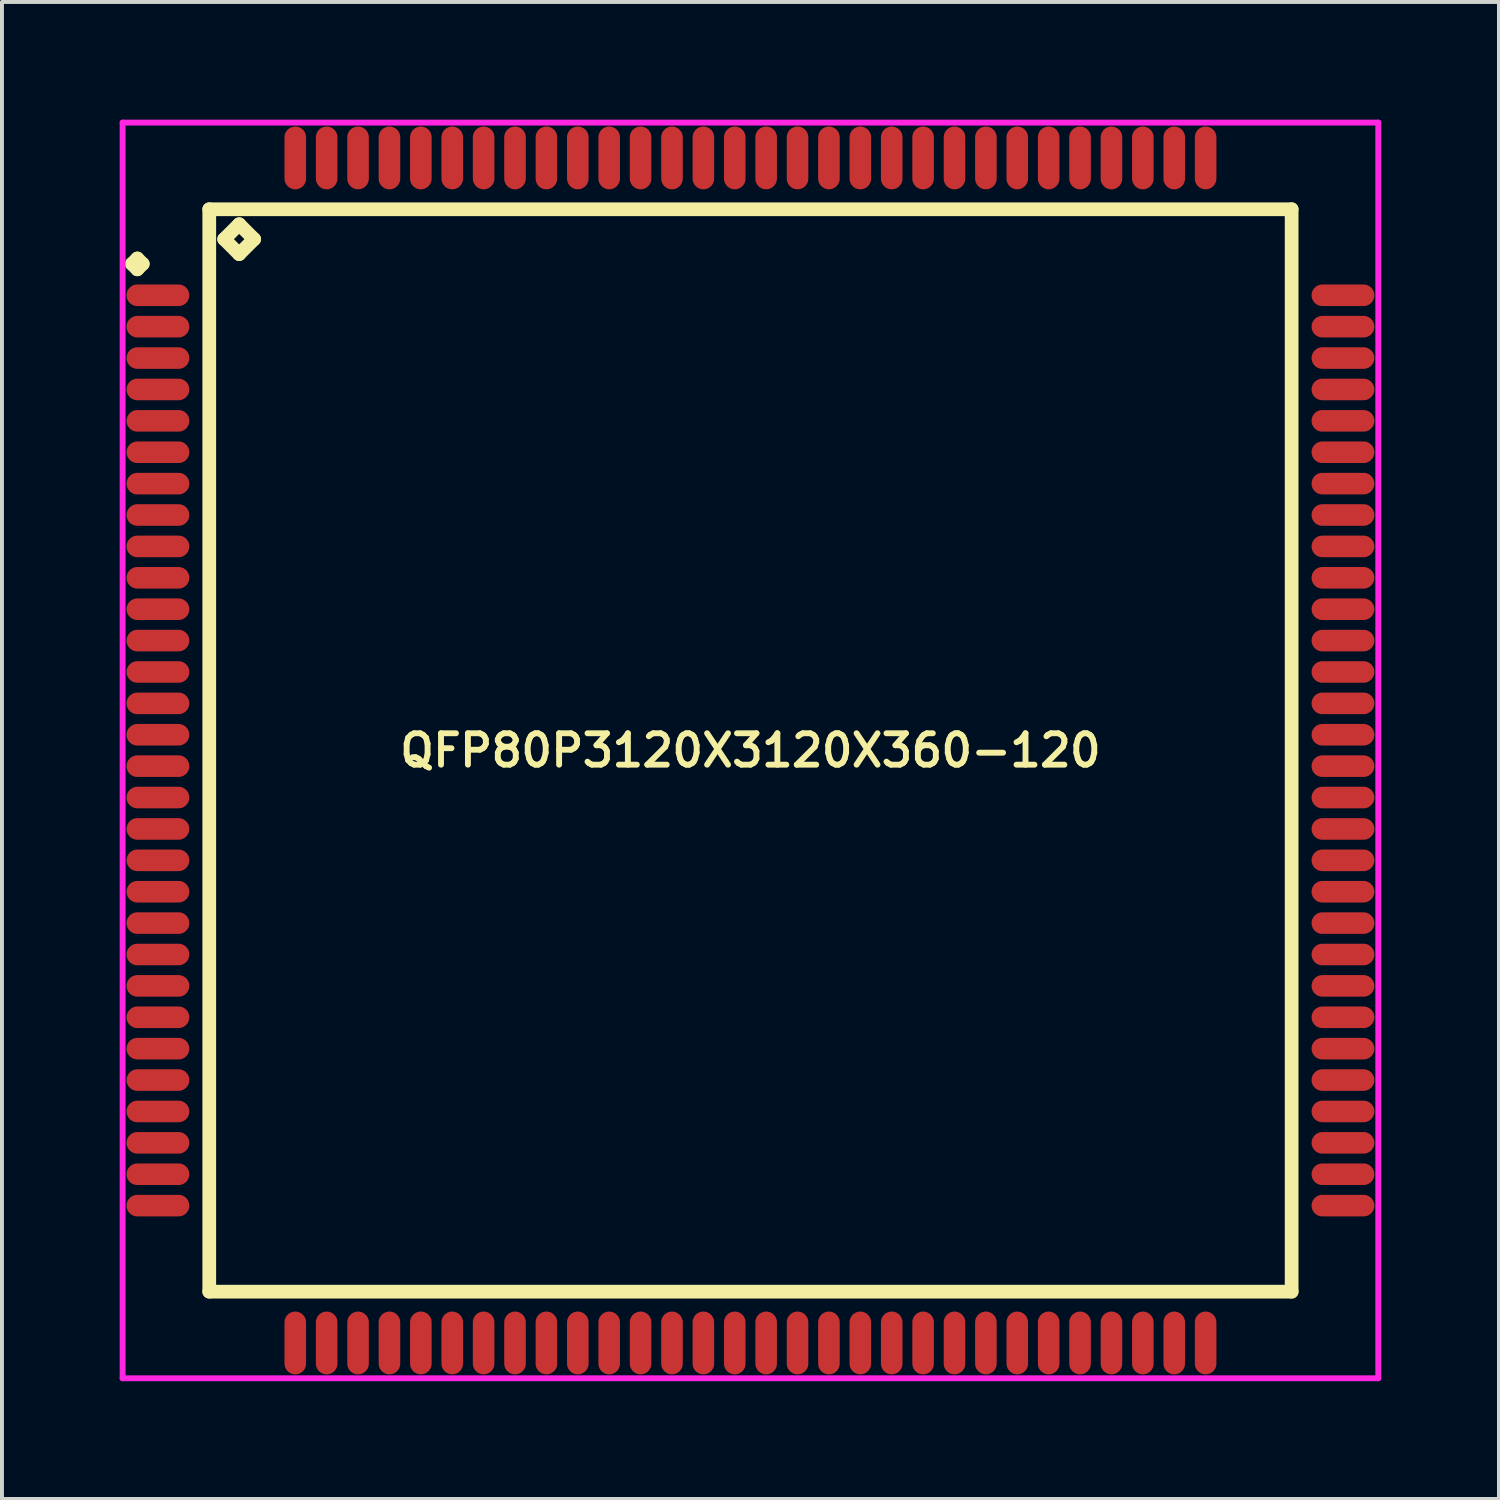
<source format=kicad_pcb>
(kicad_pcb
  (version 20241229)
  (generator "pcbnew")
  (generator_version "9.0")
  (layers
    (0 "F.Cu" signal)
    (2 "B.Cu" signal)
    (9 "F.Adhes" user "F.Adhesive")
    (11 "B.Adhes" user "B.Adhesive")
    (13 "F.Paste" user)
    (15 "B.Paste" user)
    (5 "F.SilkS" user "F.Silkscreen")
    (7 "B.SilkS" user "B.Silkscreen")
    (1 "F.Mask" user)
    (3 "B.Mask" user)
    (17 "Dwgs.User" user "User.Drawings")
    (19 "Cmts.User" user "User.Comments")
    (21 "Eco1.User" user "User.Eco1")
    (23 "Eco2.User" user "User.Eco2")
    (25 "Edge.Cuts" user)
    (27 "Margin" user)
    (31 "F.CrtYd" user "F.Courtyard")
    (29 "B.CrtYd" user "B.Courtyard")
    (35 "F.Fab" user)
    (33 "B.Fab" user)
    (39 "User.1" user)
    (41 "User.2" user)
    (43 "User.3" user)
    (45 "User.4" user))
  (footprint "QFP80P3120X3120X360-120"
    (layer "F.Cu")
    (at 16.075 16.075)
    (property "Reference" "QFP80P3120X3120X360-120" (at 0 0 0) (layer "F.SilkS") (effects (font (size 0.8 0.8) (thickness 0.15))))
    (attr smd)
    (fp_line (start -15.762 -12.4) (end -15.625 -12.537) (stroke (width 0.35) (type solid)) (layer "F.SilkS"))
    (fp_line (start -15.625 -12.537) (end -15.488 -12.4) (stroke (width 0.35) (type solid)) (layer "F.SilkS"))
    (fp_line (start -15.625 -12.262) (end -15.762 -12.4) (stroke (width 0.35) (type solid)) (layer "F.SilkS"))
    (fp_line (start -15.488 -12.4) (end -15.625 -12.262) (stroke (width 0.35) (type solid)) (layer "F.SilkS"))
    (fp_line (start -13.792 -13.792) (end -13.792 13.792) (stroke (width 0.35) (type solid)) (layer "F.SilkS"))
    (fp_line (start -13.792 13.792) (end 13.792 13.792) (stroke (width 0.35) (type solid)) (layer "F.SilkS"))
    (fp_line (start -13.411 -13.03) (end -13.03 -13.411) (stroke (width 0.35) (type solid)) (layer "F.SilkS"))
    (fp_line (start -13.03 -13.411) (end -12.649 -13.03) (stroke (width 0.35) (type solid)) (layer "F.SilkS"))
    (fp_line (start -13.03 -12.649) (end -13.411 -13.03) (stroke (width 0.35) (type solid)) (layer "F.SilkS"))
    (fp_line (start -12.649 -13.03) (end -13.03 -12.649) (stroke (width 0.35) (type solid)) (layer "F.SilkS"))
    (fp_line (start 13.792 -13.792) (end -13.792 -13.792) (stroke (width 0.35) (type solid)) (layer "F.SilkS"))
    (fp_line (start 13.792 13.792) (end 13.792 -13.792) (stroke (width 0.35) (type solid)) (layer "F.SilkS"))
    (fp_line (start -16 -16) (end 16 -16) (stroke (width 0.15) (type solid)) (layer "F.CrtYd"))
    (fp_line (start -16 16) (end -16 -16) (stroke (width 0.15) (type solid)) (layer "F.CrtYd"))
    (fp_line (start 16 -16) (end 16 16) (stroke (width 0.15) (type solid)) (layer "F.CrtYd"))
    (fp_line (start 16 16) (end -16 16) (stroke (width 0.15) (type solid)) (layer "F.CrtYd"))
    (pad "1" smd oval (at -15.1 -11.6) (size 1.6 0.55) (layers "F.Cu" "F.Mask" "F.Paste"))
    (pad "2" smd oval (at -15.1 -10.8) (size 1.6 0.55) (layers "F.Cu" "F.Mask" "F.Paste"))
    (pad "3" smd oval (at -15.1 -10) (size 1.6 0.55) (layers "F.Cu" "F.Mask" "F.Paste"))
    (pad "4" smd oval (at -15.1 -9.2) (size 1.6 0.55) (layers "F.Cu" "F.Mask" "F.Paste"))
    (pad "5" smd oval (at -15.1 -8.4) (size 1.6 0.55) (layers "F.Cu" "F.Mask" "F.Paste"))
    (pad "6" smd oval (at -15.1 -7.6) (size 1.6 0.55) (layers "F.Cu" "F.Mask" "F.Paste"))
    (pad "7" smd oval (at -15.1 -6.8) (size 1.6 0.55) (layers "F.Cu" "F.Mask" "F.Paste"))
    (pad "8" smd oval (at -15.1 -6) (size 1.6 0.55) (layers "F.Cu" "F.Mask" "F.Paste"))
    (pad "9" smd oval (at -15.1 -5.2) (size 1.6 0.55) (layers "F.Cu" "F.Mask" "F.Paste"))
    (pad "10" smd oval (at -15.1 -4.4) (size 1.6 0.55) (layers "F.Cu" "F.Mask" "F.Paste"))
    (pad "11" smd oval (at -15.1 -3.6) (size 1.6 0.55) (layers "F.Cu" "F.Mask" "F.Paste"))
    (pad "12" smd oval (at -15.1 -2.8) (size 1.6 0.55) (layers "F.Cu" "F.Mask" "F.Paste"))
    (pad "13" smd oval (at -15.1 -2) (size 1.6 0.55) (layers "F.Cu" "F.Mask" "F.Paste"))
    (pad "14" smd oval (at -15.1 -1.2) (size 1.6 0.55) (layers "F.Cu" "F.Mask" "F.Paste"))
    (pad "15" smd oval (at -15.1 -0.4) (size 1.6 0.55) (layers "F.Cu" "F.Mask" "F.Paste"))
    (pad "16" smd oval (at -15.1 0.4) (size 1.6 0.55) (layers "F.Cu" "F.Mask" "F.Paste"))
    (pad "17" smd oval (at -15.1 1.2) (size 1.6 0.55) (layers "F.Cu" "F.Mask" "F.Paste"))
    (pad "18" smd oval (at -15.1 2) (size 1.6 0.55) (layers "F.Cu" "F.Mask" "F.Paste"))
    (pad "19" smd oval (at -15.1 2.8) (size 1.6 0.55) (layers "F.Cu" "F.Mask" "F.Paste"))
    (pad "20" smd oval (at -15.1 3.6) (size 1.6 0.55) (layers "F.Cu" "F.Mask" "F.Paste"))
    (pad "21" smd oval (at -15.1 4.4) (size 1.6 0.55) (layers "F.Cu" "F.Mask" "F.Paste"))
    (pad "22" smd oval (at -15.1 5.2) (size 1.6 0.55) (layers "F.Cu" "F.Mask" "F.Paste"))
    (pad "23" smd oval (at -15.1 6) (size 1.6 0.55) (layers "F.Cu" "F.Mask" "F.Paste"))
    (pad "24" smd oval (at -15.1 6.8) (size 1.6 0.55) (layers "F.Cu" "F.Mask" "F.Paste"))
    (pad "25" smd oval (at -15.1 7.6) (size 1.6 0.55) (layers "F.Cu" "F.Mask" "F.Paste"))
    (pad "26" smd oval (at -15.1 8.4) (size 1.6 0.55) (layers "F.Cu" "F.Mask" "F.Paste"))
    (pad "27" smd oval (at -15.1 9.2) (size 1.6 0.55) (layers "F.Cu" "F.Mask" "F.Paste"))
    (pad "28" smd oval (at -15.1 10) (size 1.6 0.55) (layers "F.Cu" "F.Mask" "F.Paste"))
    (pad "29" smd oval (at -15.1 10.8) (size 1.6 0.55) (layers "F.Cu" "F.Mask" "F.Paste"))
    (pad "30" smd oval (at -15.1 11.6) (size 1.6 0.55) (layers "F.Cu" "F.Mask" "F.Paste"))
    (pad "31" smd oval (at -11.6 15.1) (size 0.55 1.6) (layers "F.Cu" "F.Mask" "F.Paste"))
    (pad "32" smd oval (at -10.8 15.1) (size 0.55 1.6) (layers "F.Cu" "F.Mask" "F.Paste"))
    (pad "33" smd oval (at -10 15.1) (size 0.55 1.6) (layers "F.Cu" "F.Mask" "F.Paste"))
    (pad "34" smd oval (at -9.2 15.1) (size 0.55 1.6) (layers "F.Cu" "F.Mask" "F.Paste"))
    (pad "35" smd oval (at -8.4 15.1) (size 0.55 1.6) (layers "F.Cu" "F.Mask" "F.Paste"))
    (pad "36" smd oval (at -7.6 15.1) (size 0.55 1.6) (layers "F.Cu" "F.Mask" "F.Paste"))
    (pad "37" smd oval (at -6.8 15.1) (size 0.55 1.6) (layers "F.Cu" "F.Mask" "F.Paste"))
    (pad "38" smd oval (at -6 15.1) (size 0.55 1.6) (layers "F.Cu" "F.Mask" "F.Paste"))
    (pad "39" smd oval (at -5.2 15.1) (size 0.55 1.6) (layers "F.Cu" "F.Mask" "F.Paste"))
    (pad "40" smd oval (at -4.4 15.1) (size 0.55 1.6) (layers "F.Cu" "F.Mask" "F.Paste"))
    (pad "41" smd oval (at -3.6 15.1) (size 0.55 1.6) (layers "F.Cu" "F.Mask" "F.Paste"))
    (pad "42" smd oval (at -2.8 15.1) (size 0.55 1.6) (layers "F.Cu" "F.Mask" "F.Paste"))
    (pad "43" smd oval (at -2 15.1) (size 0.55 1.6) (layers "F.Cu" "F.Mask" "F.Paste"))
    (pad "44" smd oval (at -1.2 15.1) (size 0.55 1.6) (layers "F.Cu" "F.Mask" "F.Paste"))
    (pad "45" smd oval (at -0.4 15.1) (size 0.55 1.6) (layers "F.Cu" "F.Mask" "F.Paste"))
    (pad "46" smd oval (at 0.4 15.1) (size 0.55 1.6) (layers "F.Cu" "F.Mask" "F.Paste"))
    (pad "47" smd oval (at 1.2 15.1) (size 0.55 1.6) (layers "F.Cu" "F.Mask" "F.Paste"))
    (pad "48" smd oval (at 2 15.1) (size 0.55 1.6) (layers "F.Cu" "F.Mask" "F.Paste"))
    (pad "49" smd oval (at 2.8 15.1) (size 0.55 1.6) (layers "F.Cu" "F.Mask" "F.Paste"))
    (pad "50" smd oval (at 3.6 15.1) (size 0.55 1.6) (layers "F.Cu" "F.Mask" "F.Paste"))
    (pad "51" smd oval (at 4.4 15.1) (size 0.55 1.6) (layers "F.Cu" "F.Mask" "F.Paste"))
    (pad "52" smd oval (at 5.2 15.1) (size 0.55 1.6) (layers "F.Cu" "F.Mask" "F.Paste"))
    (pad "53" smd oval (at 6 15.1) (size 0.55 1.6) (layers "F.Cu" "F.Mask" "F.Paste"))
    (pad "54" smd oval (at 6.8 15.1) (size 0.55 1.6) (layers "F.Cu" "F.Mask" "F.Paste"))
    (pad "55" smd oval (at 7.6 15.1) (size 0.55 1.6) (layers "F.Cu" "F.Mask" "F.Paste"))
    (pad "56" smd oval (at 8.4 15.1) (size 0.55 1.6) (layers "F.Cu" "F.Mask" "F.Paste"))
    (pad "57" smd oval (at 9.2 15.1) (size 0.55 1.6) (layers "F.Cu" "F.Mask" "F.Paste"))
    (pad "58" smd oval (at 10 15.1) (size 0.55 1.6) (layers "F.Cu" "F.Mask" "F.Paste"))
    (pad "59" smd oval (at 10.8 15.1) (size 0.55 1.6) (layers "F.Cu" "F.Mask" "F.Paste"))
    (pad "60" smd oval (at 11.6 15.1) (size 0.55 1.6) (layers "F.Cu" "F.Mask" "F.Paste"))
    (pad "61" smd oval (at 15.1 11.6) (size 1.6 0.55) (layers "F.Cu" "F.Mask" "F.Paste"))
    (pad "62" smd oval (at 15.1 10.8) (size 1.6 0.55) (layers "F.Cu" "F.Mask" "F.Paste"))
    (pad "63" smd oval (at 15.1 10) (size 1.6 0.55) (layers "F.Cu" "F.Mask" "F.Paste"))
    (pad "64" smd oval (at 15.1 9.2) (size 1.6 0.55) (layers "F.Cu" "F.Mask" "F.Paste"))
    (pad "65" smd oval (at 15.1 8.4) (size 1.6 0.55) (layers "F.Cu" "F.Mask" "F.Paste"))
    (pad "66" smd oval (at 15.1 7.6) (size 1.6 0.55) (layers "F.Cu" "F.Mask" "F.Paste"))
    (pad "67" smd oval (at 15.1 6.8) (size 1.6 0.55) (layers "F.Cu" "F.Mask" "F.Paste"))
    (pad "68" smd oval (at 15.1 6) (size 1.6 0.55) (layers "F.Cu" "F.Mask" "F.Paste"))
    (pad "69" smd oval (at 15.1 5.2) (size 1.6 0.55) (layers "F.Cu" "F.Mask" "F.Paste"))
    (pad "70" smd oval (at 15.1 4.4) (size 1.6 0.55) (layers "F.Cu" "F.Mask" "F.Paste"))
    (pad "71" smd oval (at 15.1 3.6) (size 1.6 0.55) (layers "F.Cu" "F.Mask" "F.Paste"))
    (pad "72" smd oval (at 15.1 2.8) (size 1.6 0.55) (layers "F.Cu" "F.Mask" "F.Paste"))
    (pad "73" smd oval (at 15.1 2) (size 1.6 0.55) (layers "F.Cu" "F.Mask" "F.Paste"))
    (pad "74" smd oval (at 15.1 1.2) (size 1.6 0.55) (layers "F.Cu" "F.Mask" "F.Paste"))
    (pad "75" smd oval (at 15.1 0.4) (size 1.6 0.55) (layers "F.Cu" "F.Mask" "F.Paste"))
    (pad "76" smd oval (at 15.1 -0.4) (size 1.6 0.55) (layers "F.Cu" "F.Mask" "F.Paste"))
    (pad "77" smd oval (at 15.1 -1.2) (size 1.6 0.55) (layers "F.Cu" "F.Mask" "F.Paste"))
    (pad "78" smd oval (at 15.1 -2) (size 1.6 0.55) (layers "F.Cu" "F.Mask" "F.Paste"))
    (pad "79" smd oval (at 15.1 -2.8) (size 1.6 0.55) (layers "F.Cu" "F.Mask" "F.Paste"))
    (pad "80" smd oval (at 15.1 -3.6) (size 1.6 0.55) (layers "F.Cu" "F.Mask" "F.Paste"))
    (pad "81" smd oval (at 15.1 -4.4) (size 1.6 0.55) (layers "F.Cu" "F.Mask" "F.Paste"))
    (pad "82" smd oval (at 15.1 -5.2) (size 1.6 0.55) (layers "F.Cu" "F.Mask" "F.Paste"))
    (pad "83" smd oval (at 15.1 -6) (size 1.6 0.55) (layers "F.Cu" "F.Mask" "F.Paste"))
    (pad "84" smd oval (at 15.1 -6.8) (size 1.6 0.55) (layers "F.Cu" "F.Mask" "F.Paste"))
    (pad "85" smd oval (at 15.1 -7.6) (size 1.6 0.55) (layers "F.Cu" "F.Mask" "F.Paste"))
    (pad "86" smd oval (at 15.1 -8.4) (size 1.6 0.55) (layers "F.Cu" "F.Mask" "F.Paste"))
    (pad "87" smd oval (at 15.1 -9.2) (size 1.6 0.55) (layers "F.Cu" "F.Mask" "F.Paste"))
    (pad "88" smd oval (at 15.1 -10) (size 1.6 0.55) (layers "F.Cu" "F.Mask" "F.Paste"))
    (pad "89" smd oval (at 15.1 -10.8) (size 1.6 0.55) (layers "F.Cu" "F.Mask" "F.Paste"))
    (pad "90" smd oval (at 15.1 -11.6) (size 1.6 0.55) (layers "F.Cu" "F.Mask" "F.Paste"))
    (pad "91" smd oval (at 11.6 -15.1) (size 0.55 1.6) (layers "F.Cu" "F.Mask" "F.Paste"))
    (pad "92" smd oval (at 10.8 -15.1) (size 0.55 1.6) (layers "F.Cu" "F.Mask" "F.Paste"))
    (pad "93" smd oval (at 10 -15.1) (size 0.55 1.6) (layers "F.Cu" "F.Mask" "F.Paste"))
    (pad "94" smd oval (at 9.2 -15.1) (size 0.55 1.6) (layers "F.Cu" "F.Mask" "F.Paste"))
    (pad "95" smd oval (at 8.4 -15.1) (size 0.55 1.6) (layers "F.Cu" "F.Mask" "F.Paste"))
    (pad "96" smd oval (at 7.6 -15.1) (size 0.55 1.6) (layers "F.Cu" "F.Mask" "F.Paste"))
    (pad "97" smd oval (at 6.8 -15.1) (size 0.55 1.6) (layers "F.Cu" "F.Mask" "F.Paste"))
    (pad "98" smd oval (at 6 -15.1) (size 0.55 1.6) (layers "F.Cu" "F.Mask" "F.Paste"))
    (pad "99" smd oval (at 5.2 -15.1) (size 0.55 1.6) (layers "F.Cu" "F.Mask" "F.Paste"))
    (pad "100" smd oval (at 4.4 -15.1) (size 0.55 1.6) (layers "F.Cu" "F.Mask" "F.Paste"))
    (pad "101" smd oval (at 3.6 -15.1) (size 0.55 1.6) (layers "F.Cu" "F.Mask" "F.Paste"))
    (pad "102" smd oval (at 2.8 -15.1) (size 0.55 1.6) (layers "F.Cu" "F.Mask" "F.Paste"))
    (pad "103" smd oval (at 2 -15.1) (size 0.55 1.6) (layers "F.Cu" "F.Mask" "F.Paste"))
    (pad "104" smd oval (at 1.2 -15.1) (size 0.55 1.6) (layers "F.Cu" "F.Mask" "F.Paste"))
    (pad "105" smd oval (at 0.4 -15.1) (size 0.55 1.6) (layers "F.Cu" "F.Mask" "F.Paste"))
    (pad "106" smd oval (at -0.4 -15.1) (size 0.55 1.6) (layers "F.Cu" "F.Mask" "F.Paste"))
    (pad "107" smd oval (at -1.2 -15.1) (size 0.55 1.6) (layers "F.Cu" "F.Mask" "F.Paste"))
    (pad "108" smd oval (at -2 -15.1) (size 0.55 1.6) (layers "F.Cu" "F.Mask" "F.Paste"))
    (pad "109" smd oval (at -2.8 -15.1) (size 0.55 1.6) (layers "F.Cu" "F.Mask" "F.Paste"))
    (pad "110" smd oval (at -3.6 -15.1) (size 0.55 1.6) (layers "F.Cu" "F.Mask" "F.Paste"))
    (pad "111" smd oval (at -4.4 -15.1) (size 0.55 1.6) (layers "F.Cu" "F.Mask" "F.Paste"))
    (pad "112" smd oval (at -5.2 -15.1) (size 0.55 1.6) (layers "F.Cu" "F.Mask" "F.Paste"))
    (pad "113" smd oval (at -6 -15.1) (size 0.55 1.6) (layers "F.Cu" "F.Mask" "F.Paste"))
    (pad "114" smd oval (at -6.8 -15.1) (size 0.55 1.6) (layers "F.Cu" "F.Mask" "F.Paste"))
    (pad "115" smd oval (at -7.6 -15.1) (size 0.55 1.6) (layers "F.Cu" "F.Mask" "F.Paste"))
    (pad "116" smd oval (at -8.4 -15.1) (size 0.55 1.6) (layers "F.Cu" "F.Mask" "F.Paste"))
    (pad "117" smd oval (at -9.2 -15.1) (size 0.55 1.6) (layers "F.Cu" "F.Mask" "F.Paste"))
    (pad "118" smd oval (at -10 -15.1) (size 0.55 1.6) (layers "F.Cu" "F.Mask" "F.Paste"))
    (pad "119" smd oval (at -10.8 -15.1) (size 0.55 1.6) (layers "F.Cu" "F.Mask" "F.Paste"))
    (pad "120" smd oval (at -11.6 -15.1) (size 0.55 1.6) (layers "F.Cu" "F.Mask" "F.Paste")))
  (gr_rect
    (start -3 -3)
    (end 35.15 35.15)
    (stroke (width 0.1) (type default))
    (fill no)
    (layer "Edge.Cuts")))
</source>
